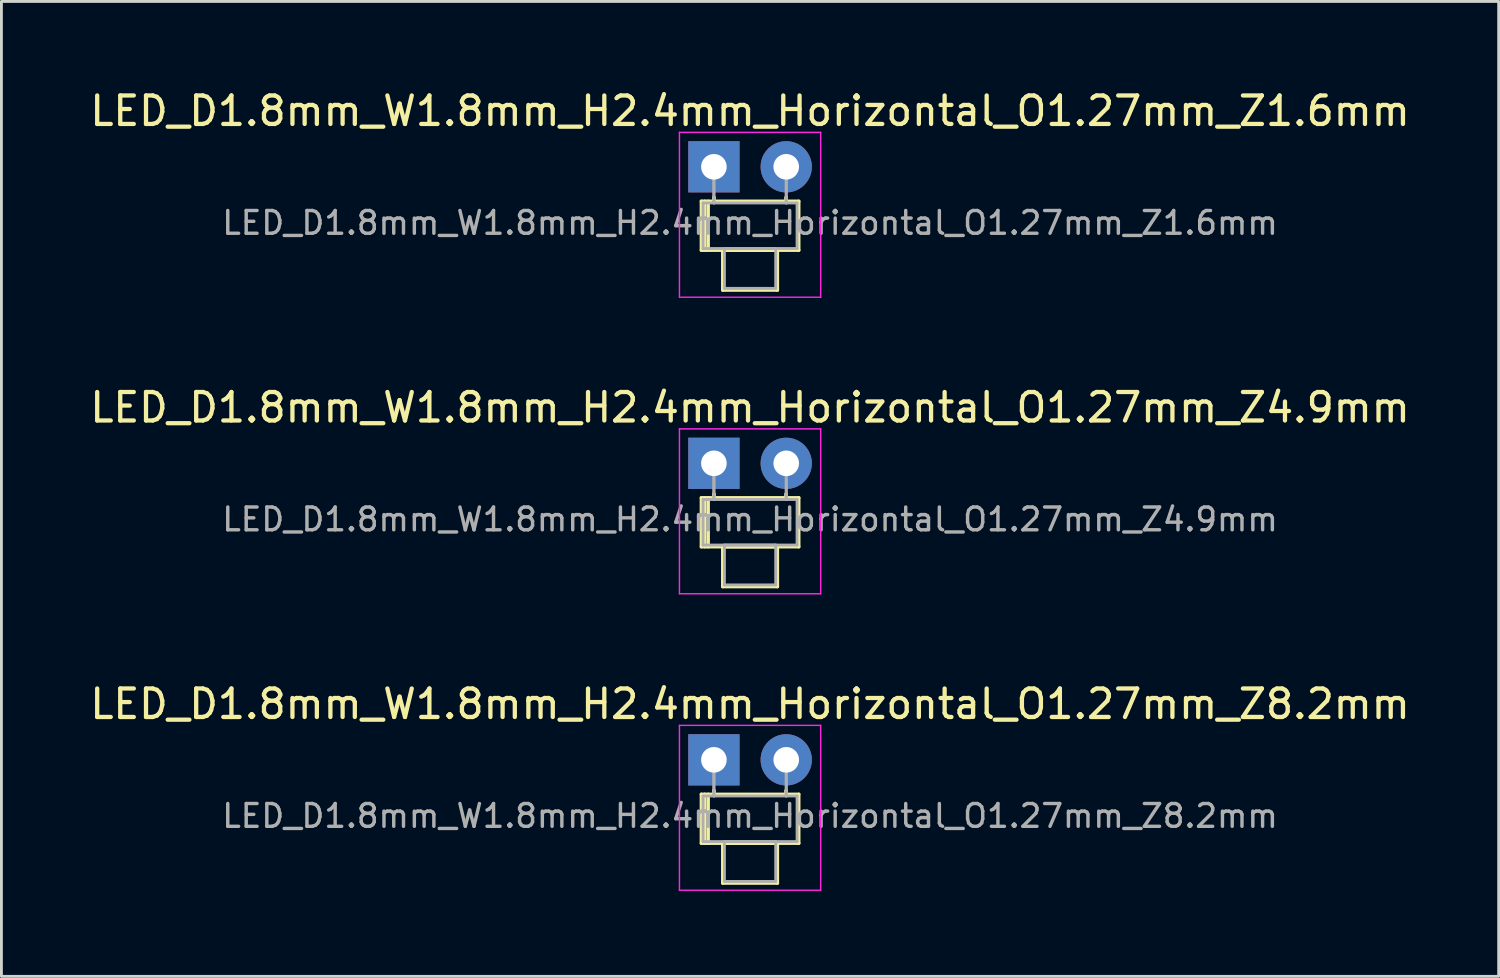
<source format=kicad_pcb>
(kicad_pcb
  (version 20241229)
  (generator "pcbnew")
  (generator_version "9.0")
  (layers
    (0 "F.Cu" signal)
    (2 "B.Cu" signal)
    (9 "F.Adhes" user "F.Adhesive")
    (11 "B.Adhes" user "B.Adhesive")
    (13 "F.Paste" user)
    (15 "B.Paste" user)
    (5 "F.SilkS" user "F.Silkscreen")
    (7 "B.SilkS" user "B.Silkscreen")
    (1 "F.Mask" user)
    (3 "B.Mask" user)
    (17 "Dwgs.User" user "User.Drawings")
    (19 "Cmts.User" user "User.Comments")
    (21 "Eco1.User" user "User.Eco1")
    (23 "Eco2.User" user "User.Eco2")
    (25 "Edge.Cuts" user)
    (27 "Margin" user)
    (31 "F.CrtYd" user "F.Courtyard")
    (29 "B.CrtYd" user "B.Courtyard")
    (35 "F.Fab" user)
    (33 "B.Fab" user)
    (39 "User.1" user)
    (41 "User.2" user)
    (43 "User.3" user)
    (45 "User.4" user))
  (footprint "LED_D1.8mm_W1.8mm_H2.4mm_Horizontal_O1.27mm_Z4.9mm"
    (layer "F.Cu")
    (at 22.022 13.222)
    (property "Reference" "LED_D1.8mm_W1.8mm_H2.4mm_Horizontal_O1.27mm_Z4.9mm" (at 1.27 -1.96 0) (layer "F.SilkS") (effects (font (size 1 1) (thickness 0.15))))
    (attr through_hole)
    (fp_line (start -0.44 1.21) (end -0.44 2.93) (stroke (width 0.12) (type solid)) (layer "F.SilkS"))
    (fp_line (start -0.44 2.93) (end 2.98 2.93) (stroke (width 0.12) (type solid)) (layer "F.SilkS"))
    (fp_line (start -0.32 1.21) (end -0.32 2.93) (stroke (width 0.12) (type solid)) (layer "F.SilkS"))
    (fp_line (start -0.2 1.21) (end -0.2 2.93) (stroke (width 0.12) (type solid)) (layer "F.SilkS"))
    (fp_line (start 0 1.08) (end 0 1.08) (stroke (width 0.12) (type solid)) (layer "F.SilkS"))
    (fp_line (start 0 1.08) (end 0 1.21) (stroke (width 0.12) (type solid)) (layer "F.SilkS"))
    (fp_line (start 0 1.21) (end 0 1.08) (stroke (width 0.12) (type solid)) (layer "F.SilkS"))
    (fp_line (start 0 1.21) (end 0 1.21) (stroke (width 0.12) (type solid)) (layer "F.SilkS"))
    (fp_line (start 0.31 2.93) (end 0.31 4.33) (stroke (width 0.12) (type solid)) (layer "F.SilkS"))
    (fp_line (start 0.31 4.33) (end 2.23 4.33) (stroke (width 0.12) (type solid)) (layer "F.SilkS"))
    (fp_line (start 2.23 2.93) (end 0.31 2.93) (stroke (width 0.12) (type solid)) (layer "F.SilkS"))
    (fp_line (start 2.23 4.33) (end 2.23 2.93) (stroke (width 0.12) (type solid)) (layer "F.SilkS"))
    (fp_line (start 2.54 1.08) (end 2.54 1.08) (stroke (width 0.12) (type solid)) (layer "F.SilkS"))
    (fp_line (start 2.54 1.08) (end 2.54 1.21) (stroke (width 0.12) (type solid)) (layer "F.SilkS"))
    (fp_line (start 2.54 1.21) (end 2.54 1.08) (stroke (width 0.12) (type solid)) (layer "F.SilkS"))
    (fp_line (start 2.54 1.21) (end 2.54 1.21) (stroke (width 0.12) (type solid)) (layer "F.SilkS"))
    (fp_line (start 2.98 1.21) (end -0.44 1.21) (stroke (width 0.12) (type solid)) (layer "F.SilkS"))
    (fp_line (start 2.98 2.93) (end 2.98 1.21) (stroke (width 0.12) (type solid)) (layer "F.SilkS"))
    (fp_line (start -1.21 -1.21) (end -1.21 4.58) (stroke (width 0.05) (type solid)) (layer "F.CrtYd"))
    (fp_line (start -1.21 4.58) (end 3.75 4.58) (stroke (width 0.05) (type solid)) (layer "F.CrtYd"))
    (fp_line (start 3.75 -1.21) (end -1.21 -1.21) (stroke (width 0.05) (type solid)) (layer "F.CrtYd"))
    (fp_line (start 3.75 4.58) (end 3.75 -1.21) (stroke (width 0.05) (type solid)) (layer "F.CrtYd"))
    (fp_line (start -0.38 1.27) (end -0.38 2.87) (stroke (width 0.1) (type solid)) (layer "F.Fab"))
    (fp_line (start -0.38 2.87) (end 2.92 2.87) (stroke (width 0.1) (type solid)) (layer "F.Fab"))
    (fp_line (start 0 0) (end 0 0) (stroke (width 0.1) (type solid)) (layer "F.Fab"))
    (fp_line (start 0 0) (end 0 1.27) (stroke (width 0.1) (type solid)) (layer "F.Fab"))
    (fp_line (start 0 1.27) (end 0 0) (stroke (width 0.1) (type solid)) (layer "F.Fab"))
    (fp_line (start 0 1.27) (end 0 1.27) (stroke (width 0.1) (type solid)) (layer "F.Fab"))
    (fp_line (start 0.37 2.87) (end 0.37 4.27) (stroke (width 0.1) (type solid)) (layer "F.Fab"))
    (fp_line (start 0.37 4.27) (end 2.17 4.27) (stroke (width 0.1) (type solid)) (layer "F.Fab"))
    (fp_line (start 2.17 2.87) (end 0.37 2.87) (stroke (width 0.1) (type solid)) (layer "F.Fab"))
    (fp_line (start 2.17 4.27) (end 2.17 2.87) (stroke (width 0.1) (type solid)) (layer "F.Fab"))
    (fp_line (start 2.54 0) (end 2.54 0) (stroke (width 0.1) (type solid)) (layer "F.Fab"))
    (fp_line (start 2.54 0) (end 2.54 1.27) (stroke (width 0.1) (type solid)) (layer "F.Fab"))
    (fp_line (start 2.54 1.27) (end 2.54 0) (stroke (width 0.1) (type solid)) (layer "F.Fab"))
    (fp_line (start 2.54 1.27) (end 2.54 1.27) (stroke (width 0.1) (type solid)) (layer "F.Fab"))
    (fp_line (start 2.92 1.27) (end -0.38 1.27) (stroke (width 0.1) (type solid)) (layer "F.Fab"))
    (fp_line (start 2.92 2.87) (end 2.92 1.27) (stroke (width 0.1) (type solid)) (layer "F.Fab"))
    (fp_text user "${REFERENCE}" (at 1.27 1.97 0) (layer "F.Fab") (effects (font (size 0.8 0.8) (thickness 0.12))))
    (pad "1" thru_hole rect (at 0 0) (size 1.8 1.8) (drill 0.9) (layers "*.Cu" "*.Mask"))
    (pad "2" thru_hole circle (at 2.54 0) (size 1.8 1.8) (drill 0.9) (layers "*.Cu" "*.Mask")))
  (footprint "LED_D1.8mm_W1.8mm_H2.4mm_Horizontal_O1.27mm_Z1.6mm"
    (layer "F.Cu")
    (at 22.022 2.808)
    (property "Reference" "LED_D1.8mm_W1.8mm_H2.4mm_Horizontal_O1.27mm_Z1.6mm" (at 1.27 -1.96 0) (layer "F.SilkS") (effects (font (size 1 1) (thickness 0.15))))
    (attr through_hole)
    (fp_line (start -0.44 1.21) (end -0.44 2.93) (stroke (width 0.12) (type solid)) (layer "F.SilkS"))
    (fp_line (start -0.44 2.93) (end 2.98 2.93) (stroke (width 0.12) (type solid)) (layer "F.SilkS"))
    (fp_line (start -0.32 1.21) (end -0.32 2.93) (stroke (width 0.12) (type solid)) (layer "F.SilkS"))
    (fp_line (start -0.2 1.21) (end -0.2 2.93) (stroke (width 0.12) (type solid)) (layer "F.SilkS"))
    (fp_line (start 0 1.08) (end 0 1.08) (stroke (width 0.12) (type solid)) (layer "F.SilkS"))
    (fp_line (start 0 1.08) (end 0 1.21) (stroke (width 0.12) (type solid)) (layer "F.SilkS"))
    (fp_line (start 0 1.21) (end 0 1.08) (stroke (width 0.12) (type solid)) (layer "F.SilkS"))
    (fp_line (start 0 1.21) (end 0 1.21) (stroke (width 0.12) (type solid)) (layer "F.SilkS"))
    (fp_line (start 0.31 2.93) (end 0.31 4.33) (stroke (width 0.12) (type solid)) (layer "F.SilkS"))
    (fp_line (start 0.31 4.33) (end 2.23 4.33) (stroke (width 0.12) (type solid)) (layer "F.SilkS"))
    (fp_line (start 2.23 2.93) (end 0.31 2.93) (stroke (width 0.12) (type solid)) (layer "F.SilkS"))
    (fp_line (start 2.23 4.33) (end 2.23 2.93) (stroke (width 0.12) (type solid)) (layer "F.SilkS"))
    (fp_line (start 2.54 1.08) (end 2.54 1.08) (stroke (width 0.12) (type solid)) (layer "F.SilkS"))
    (fp_line (start 2.54 1.08) (end 2.54 1.21) (stroke (width 0.12) (type solid)) (layer "F.SilkS"))
    (fp_line (start 2.54 1.21) (end 2.54 1.08) (stroke (width 0.12) (type solid)) (layer "F.SilkS"))
    (fp_line (start 2.54 1.21) (end 2.54 1.21) (stroke (width 0.12) (type solid)) (layer "F.SilkS"))
    (fp_line (start 2.98 1.21) (end -0.44 1.21) (stroke (width 0.12) (type solid)) (layer "F.SilkS"))
    (fp_line (start 2.98 2.93) (end 2.98 1.21) (stroke (width 0.12) (type solid)) (layer "F.SilkS"))
    (fp_line (start -1.21 -1.21) (end -1.21 4.58) (stroke (width 0.05) (type solid)) (layer "F.CrtYd"))
    (fp_line (start -1.21 4.58) (end 3.75 4.58) (stroke (width 0.05) (type solid)) (layer "F.CrtYd"))
    (fp_line (start 3.75 -1.21) (end -1.21 -1.21) (stroke (width 0.05) (type solid)) (layer "F.CrtYd"))
    (fp_line (start 3.75 4.58) (end 3.75 -1.21) (stroke (width 0.05) (type solid)) (layer "F.CrtYd"))
    (fp_line (start -0.38 1.27) (end -0.38 2.87) (stroke (width 0.1) (type solid)) (layer "F.Fab"))
    (fp_line (start -0.38 2.87) (end 2.92 2.87) (stroke (width 0.1) (type solid)) (layer "F.Fab"))
    (fp_line (start 0 0) (end 0 0) (stroke (width 0.1) (type solid)) (layer "F.Fab"))
    (fp_line (start 0 0) (end 0 1.27) (stroke (width 0.1) (type solid)) (layer "F.Fab"))
    (fp_line (start 0 1.27) (end 0 0) (stroke (width 0.1) (type solid)) (layer "F.Fab"))
    (fp_line (start 0 1.27) (end 0 1.27) (stroke (width 0.1) (type solid)) (layer "F.Fab"))
    (fp_line (start 0.37 2.87) (end 0.37 4.27) (stroke (width 0.1) (type solid)) (layer "F.Fab"))
    (fp_line (start 0.37 4.27) (end 2.17 4.27) (stroke (width 0.1) (type solid)) (layer "F.Fab"))
    (fp_line (start 2.17 2.87) (end 0.37 2.87) (stroke (width 0.1) (type solid)) (layer "F.Fab"))
    (fp_line (start 2.17 4.27) (end 2.17 2.87) (stroke (width 0.1) (type solid)) (layer "F.Fab"))
    (fp_line (start 2.54 0) (end 2.54 0) (stroke (width 0.1) (type solid)) (layer "F.Fab"))
    (fp_line (start 2.54 0) (end 2.54 1.27) (stroke (width 0.1) (type solid)) (layer "F.Fab"))
    (fp_line (start 2.54 1.27) (end 2.54 0) (stroke (width 0.1) (type solid)) (layer "F.Fab"))
    (fp_line (start 2.54 1.27) (end 2.54 1.27) (stroke (width 0.1) (type solid)) (layer "F.Fab"))
    (fp_line (start 2.92 1.27) (end -0.38 1.27) (stroke (width 0.1) (type solid)) (layer "F.Fab"))
    (fp_line (start 2.92 2.87) (end 2.92 1.27) (stroke (width 0.1) (type solid)) (layer "F.Fab"))
    (fp_text user "${REFERENCE}" (at 1.27 1.97 0) (layer "F.Fab") (effects (font (size 0.8 0.8) (thickness 0.12))))
    (pad "1" thru_hole rect (at 0 0) (size 1.8 1.8) (drill 0.9) (layers "*.Cu" "*.Mask"))
    (pad "2" thru_hole circle (at 2.54 0) (size 1.8 1.8) (drill 0.9) (layers "*.Cu" "*.Mask")))
  (footprint "LED_D1.8mm_W1.8mm_H2.4mm_Horizontal_O1.27mm_Z8.2mm"
    (layer "F.Cu")
    (at 22.022 23.635)
    (property "Reference" "LED_D1.8mm_W1.8mm_H2.4mm_Horizontal_O1.27mm_Z8.2mm" (at 1.27 -1.96 0) (layer "F.SilkS") (effects (font (size 1 1) (thickness 0.15))))
    (attr through_hole)
    (fp_line (start -0.44 1.21) (end -0.44 2.93) (stroke (width 0.12) (type solid)) (layer "F.SilkS"))
    (fp_line (start -0.44 2.93) (end 2.98 2.93) (stroke (width 0.12) (type solid)) (layer "F.SilkS"))
    (fp_line (start -0.32 1.21) (end -0.32 2.93) (stroke (width 0.12) (type solid)) (layer "F.SilkS"))
    (fp_line (start -0.2 1.21) (end -0.2 2.93) (stroke (width 0.12) (type solid)) (layer "F.SilkS"))
    (fp_line (start 0 1.08) (end 0 1.08) (stroke (width 0.12) (type solid)) (layer "F.SilkS"))
    (fp_line (start 0 1.08) (end 0 1.21) (stroke (width 0.12) (type solid)) (layer "F.SilkS"))
    (fp_line (start 0 1.21) (end 0 1.08) (stroke (width 0.12) (type solid)) (layer "F.SilkS"))
    (fp_line (start 0 1.21) (end 0 1.21) (stroke (width 0.12) (type solid)) (layer "F.SilkS"))
    (fp_line (start 0.31 2.93) (end 0.31 4.33) (stroke (width 0.12) (type solid)) (layer "F.SilkS"))
    (fp_line (start 0.31 4.33) (end 2.23 4.33) (stroke (width 0.12) (type solid)) (layer "F.SilkS"))
    (fp_line (start 2.23 2.93) (end 0.31 2.93) (stroke (width 0.12) (type solid)) (layer "F.SilkS"))
    (fp_line (start 2.23 4.33) (end 2.23 2.93) (stroke (width 0.12) (type solid)) (layer "F.SilkS"))
    (fp_line (start 2.54 1.08) (end 2.54 1.08) (stroke (width 0.12) (type solid)) (layer "F.SilkS"))
    (fp_line (start 2.54 1.08) (end 2.54 1.21) (stroke (width 0.12) (type solid)) (layer "F.SilkS"))
    (fp_line (start 2.54 1.21) (end 2.54 1.08) (stroke (width 0.12) (type solid)) (layer "F.SilkS"))
    (fp_line (start 2.54 1.21) (end 2.54 1.21) (stroke (width 0.12) (type solid)) (layer "F.SilkS"))
    (fp_line (start 2.98 1.21) (end -0.44 1.21) (stroke (width 0.12) (type solid)) (layer "F.SilkS"))
    (fp_line (start 2.98 2.93) (end 2.98 1.21) (stroke (width 0.12) (type solid)) (layer "F.SilkS"))
    (fp_line (start -1.21 -1.21) (end -1.21 4.58) (stroke (width 0.05) (type solid)) (layer "F.CrtYd"))
    (fp_line (start -1.21 4.58) (end 3.75 4.58) (stroke (width 0.05) (type solid)) (layer "F.CrtYd"))
    (fp_line (start 3.75 -1.21) (end -1.21 -1.21) (stroke (width 0.05) (type solid)) (layer "F.CrtYd"))
    (fp_line (start 3.75 4.58) (end 3.75 -1.21) (stroke (width 0.05) (type solid)) (layer "F.CrtYd"))
    (fp_line (start -0.38 1.27) (end -0.38 2.87) (stroke (width 0.1) (type solid)) (layer "F.Fab"))
    (fp_line (start -0.38 2.87) (end 2.92 2.87) (stroke (width 0.1) (type solid)) (layer "F.Fab"))
    (fp_line (start 0 0) (end 0 0) (stroke (width 0.1) (type solid)) (layer "F.Fab"))
    (fp_line (start 0 0) (end 0 1.27) (stroke (width 0.1) (type solid)) (layer "F.Fab"))
    (fp_line (start 0 1.27) (end 0 0) (stroke (width 0.1) (type solid)) (layer "F.Fab"))
    (fp_line (start 0 1.27) (end 0 1.27) (stroke (width 0.1) (type solid)) (layer "F.Fab"))
    (fp_line (start 0.37 2.87) (end 0.37 4.27) (stroke (width 0.1) (type solid)) (layer "F.Fab"))
    (fp_line (start 0.37 4.27) (end 2.17 4.27) (stroke (width 0.1) (type solid)) (layer "F.Fab"))
    (fp_line (start 2.17 2.87) (end 0.37 2.87) (stroke (width 0.1) (type solid)) (layer "F.Fab"))
    (fp_line (start 2.17 4.27) (end 2.17 2.87) (stroke (width 0.1) (type solid)) (layer "F.Fab"))
    (fp_line (start 2.54 0) (end 2.54 0) (stroke (width 0.1) (type solid)) (layer "F.Fab"))
    (fp_line (start 2.54 0) (end 2.54 1.27) (stroke (width 0.1) (type solid)) (layer "F.Fab"))
    (fp_line (start 2.54 1.27) (end 2.54 0) (stroke (width 0.1) (type solid)) (layer "F.Fab"))
    (fp_line (start 2.54 1.27) (end 2.54 1.27) (stroke (width 0.1) (type solid)) (layer "F.Fab"))
    (fp_line (start 2.92 1.27) (end -0.38 1.27) (stroke (width 0.1) (type solid)) (layer "F.Fab"))
    (fp_line (start 2.92 2.87) (end 2.92 1.27) (stroke (width 0.1) (type solid)) (layer "F.Fab"))
    (fp_text user "${REFERENCE}" (at 1.27 1.97 0) (layer "F.Fab") (effects (font (size 0.8 0.8) (thickness 0.12))))
    (pad "1" thru_hole rect (at 0 0) (size 1.8 1.8) (drill 0.9) (layers "*.Cu" "*.Mask"))
    (pad "2" thru_hole circle (at 2.54 0) (size 1.8 1.8) (drill 0.9) (layers "*.Cu" "*.Mask")))
  (gr_rect
    (start -3 -3)
    (end 49.583 31.24)
    (stroke (width 0.1) (type default))
    (fill no)
    (layer "Edge.Cuts")))
</source>
